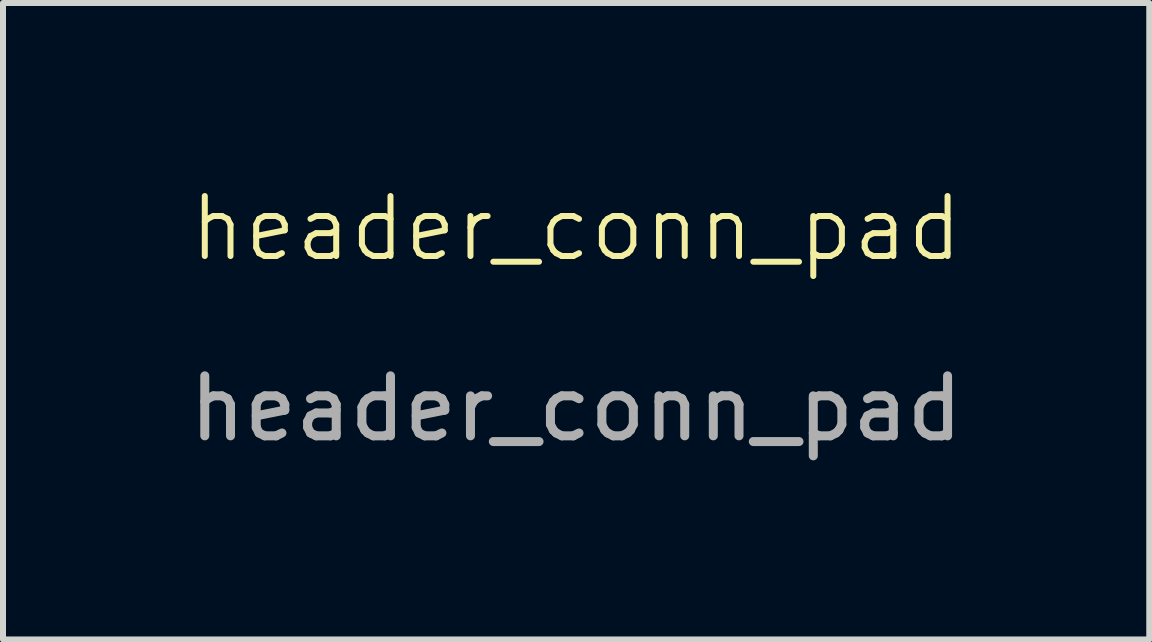
<source format=kicad_pcb>
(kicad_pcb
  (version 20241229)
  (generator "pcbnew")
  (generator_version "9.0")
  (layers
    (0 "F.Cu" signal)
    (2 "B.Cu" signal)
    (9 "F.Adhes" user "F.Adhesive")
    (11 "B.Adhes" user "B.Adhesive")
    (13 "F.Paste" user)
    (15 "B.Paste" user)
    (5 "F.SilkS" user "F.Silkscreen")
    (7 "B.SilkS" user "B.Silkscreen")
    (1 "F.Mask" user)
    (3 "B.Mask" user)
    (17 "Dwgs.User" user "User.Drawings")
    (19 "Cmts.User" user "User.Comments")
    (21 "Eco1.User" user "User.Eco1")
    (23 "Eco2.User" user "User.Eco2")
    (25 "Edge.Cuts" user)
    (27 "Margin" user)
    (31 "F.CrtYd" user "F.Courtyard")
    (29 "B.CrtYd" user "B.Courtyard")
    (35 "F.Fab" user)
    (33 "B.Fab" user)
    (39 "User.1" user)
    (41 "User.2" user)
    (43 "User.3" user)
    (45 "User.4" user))
  (footprint "header_conn_pad"
    (layer "F.Cu")
    (at 6.554 1.26)
    (property "Reference" "header_conn_pad" (at 0 -0.5 0) (unlocked yes) (layer "F.SilkS") (effects (font (size 1 1) (thickness 0.1))))
    (attr smd)
    (fp_text user "${REFERENCE}" (at 0 2.5 0) (unlocked yes) (layer "F.Fab") (effects (font (size 1 1) (thickness 0.15)))))
  (gr_rect
    (start -3 -3)
    (end 16.107 7.609)
    (stroke (width 0.1) (type default))
    (fill no)
    (layer "Edge.Cuts")))
</source>
